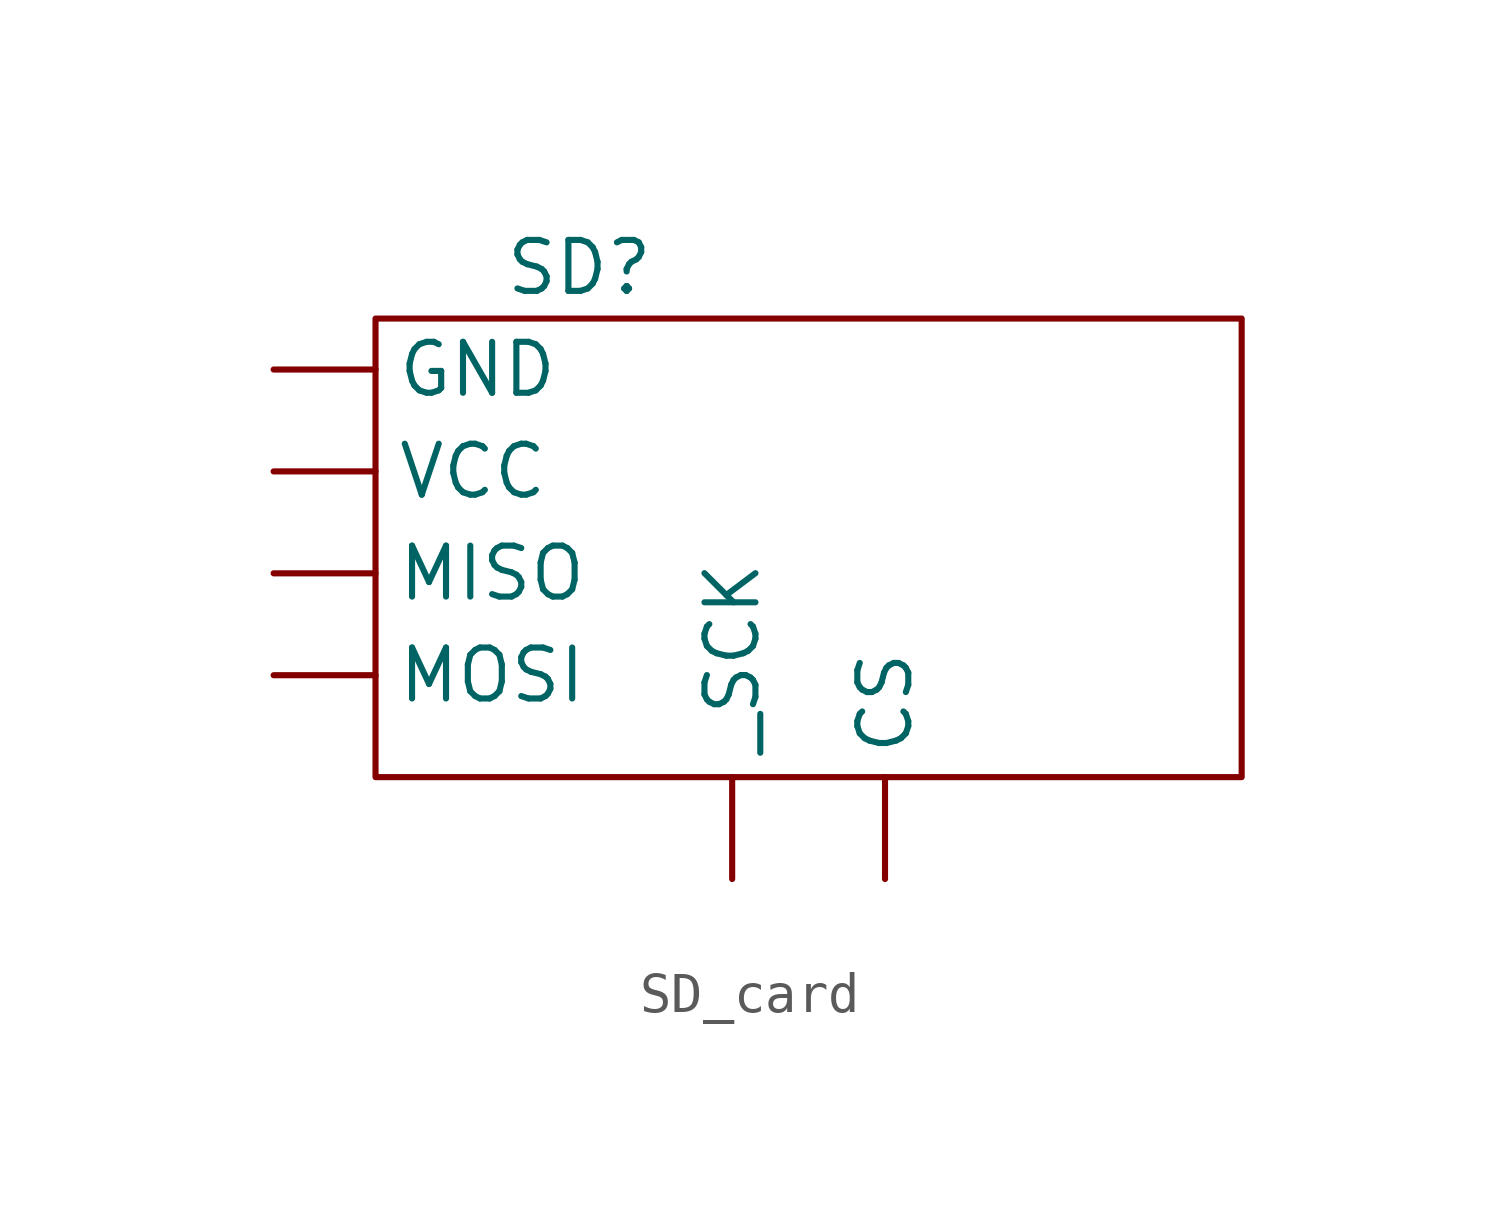
<source format=kicad_sym>
(kicad_symbol_lib
  (version 20220914)
  (generator kicad_symbol_editor)
  (symbol "SD_card"
    (property "Reference" "SD"
      (at 0 0 0)
      (effects (font (size 1.27 1.27))))
    (property "Value" ""
      (at 0 0 0)
      (effects (font (size 1.27 1.27))))
    (symbol "SD_card_0_1"
      (rectangle (start -5.08 -1.27) (end 16.51 -12.7) (stroke (width 0) (type default)) (fill (type none))))
    (symbol "SD_card_1_1"
      (pin input line (at 7.62 -15.24 90) (length 2.54) (name "CS" (effects (font (size 1.27 1.27)))) (number "" (effects (font (size 1.27 1.27)))))
      (pin input line (at -7.62 -2.54 0) (length 2.54) (name "GND" (effects (font (size 1.27 1.27)))) (number "" (effects (font (size 1.27 1.27)))))
      (pin input line (at -7.62 -7.62 0) (length 2.54) (name "MISO" (effects (font (size 1.27 1.27)))) (number "" (effects (font (size 1.27 1.27)))))
      (pin input line (at -7.62 -10.16 0) (length 2.54) (name "MOSI" (effects (font (size 1.27 1.27)))) (number "" (effects (font (size 1.27 1.27)))))
      (pin input line (at -7.62 -5.08 0) (length 2.54) (name "VCC" (effects (font (size 1.27 1.27)))) (number "" (effects (font (size 1.27 1.27)))))
      (pin input line (at 3.81 -15.24 90) (length 2.54) (name "_SCK" (effects (font (size 1.27 1.27)))) (number "" (effects (font (size 1.27 1.27))))))))
</source>
